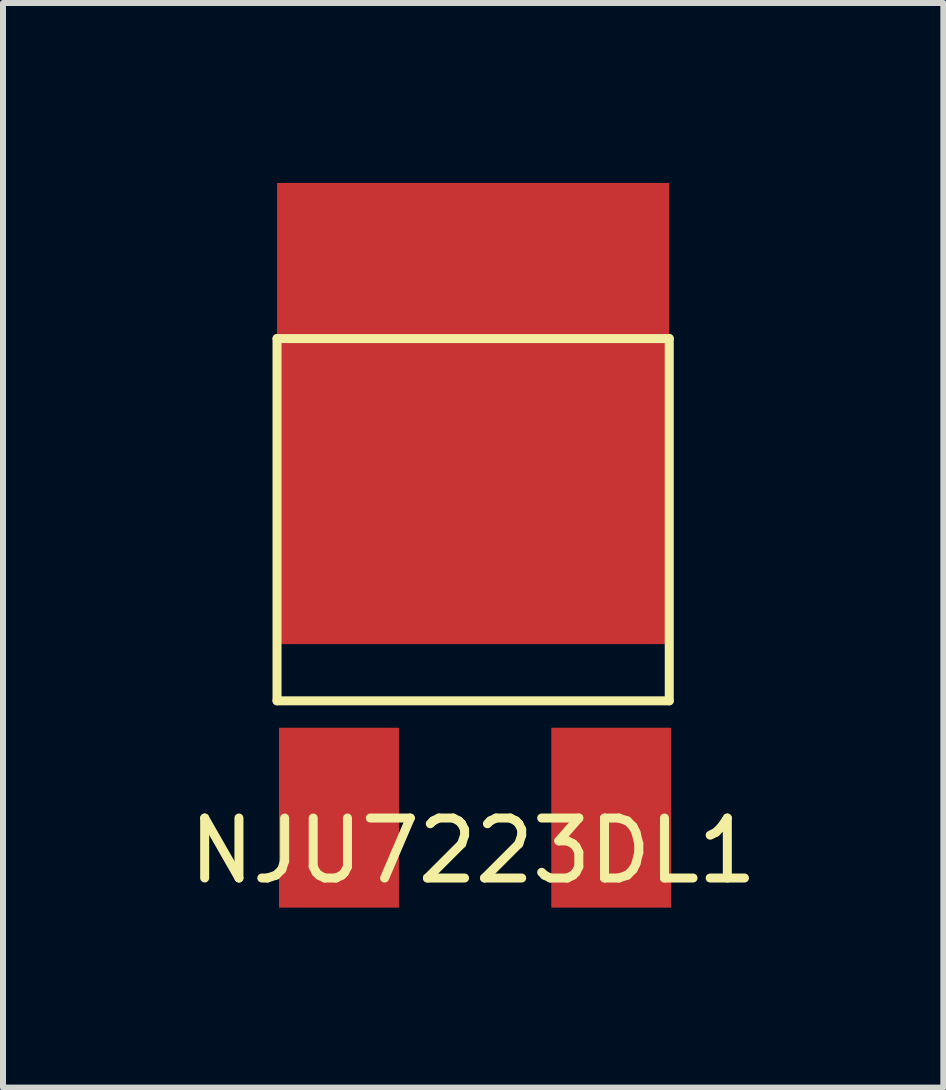
<source format=kicad_pcb>
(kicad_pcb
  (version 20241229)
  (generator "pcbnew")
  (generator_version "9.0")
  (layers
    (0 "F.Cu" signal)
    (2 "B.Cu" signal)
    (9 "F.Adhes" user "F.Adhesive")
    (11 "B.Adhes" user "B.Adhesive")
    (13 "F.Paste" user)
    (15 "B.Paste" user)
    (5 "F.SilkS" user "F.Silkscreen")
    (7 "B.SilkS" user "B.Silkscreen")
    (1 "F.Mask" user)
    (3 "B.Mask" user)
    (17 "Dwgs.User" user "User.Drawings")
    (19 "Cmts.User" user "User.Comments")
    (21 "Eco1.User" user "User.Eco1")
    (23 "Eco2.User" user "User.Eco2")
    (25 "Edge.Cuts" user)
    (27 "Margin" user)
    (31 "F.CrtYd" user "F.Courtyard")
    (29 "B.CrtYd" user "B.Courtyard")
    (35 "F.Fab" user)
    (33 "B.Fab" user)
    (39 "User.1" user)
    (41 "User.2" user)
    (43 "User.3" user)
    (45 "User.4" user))
  (footprint "NJU7223DL1"
    (layer "F.Cu")
    (at 4.882 10.584)
    (property "Reference" "NJU7223DL1" (at -0.043 0.551 0) (layer "F.SilkS") (effects (font (size 1 1) (thickness 0.15))))
    (attr through_hole)
    (fp_line (start -3.313 -7.989) (end 3.227 -7.989) (stroke (width 0.15) (type solid)) (layer "F.SilkS"))
    (fp_line (start -3.313 -1.949) (end -3.313 -7.989) (stroke (width 0.15) (type solid)) (layer "F.SilkS"))
    (fp_line (start -3.313 -1.949) (end 3.227 -1.949) (stroke (width 0.15) (type solid)) (layer "F.SilkS"))
    (fp_line (start 3.227 -7.989) (end 3.227 -1.949) (stroke (width 0.15) (type solid)) (layer "F.SilkS"))
    (pad "1" smd rect (at -2.28 0) (size 2 3) (layers "F.Cu" "F.Mask" "F.Paste"))
    (pad "2" smd rect (at -0.043 -6.739) (size 6.54 7.69) (layers "F.Cu" "F.Mask" "F.Paste"))
    (pad "3" smd rect (at 2.26 0) (size 2 3) (layers "F.Cu" "F.Mask" "F.Paste")))
  (gr_rect
    (start -3 -3)
    (end 12.679 15.084)
    (stroke (width 0.1) (type default))
    (fill no)
    (layer "Edge.Cuts")))
</source>
